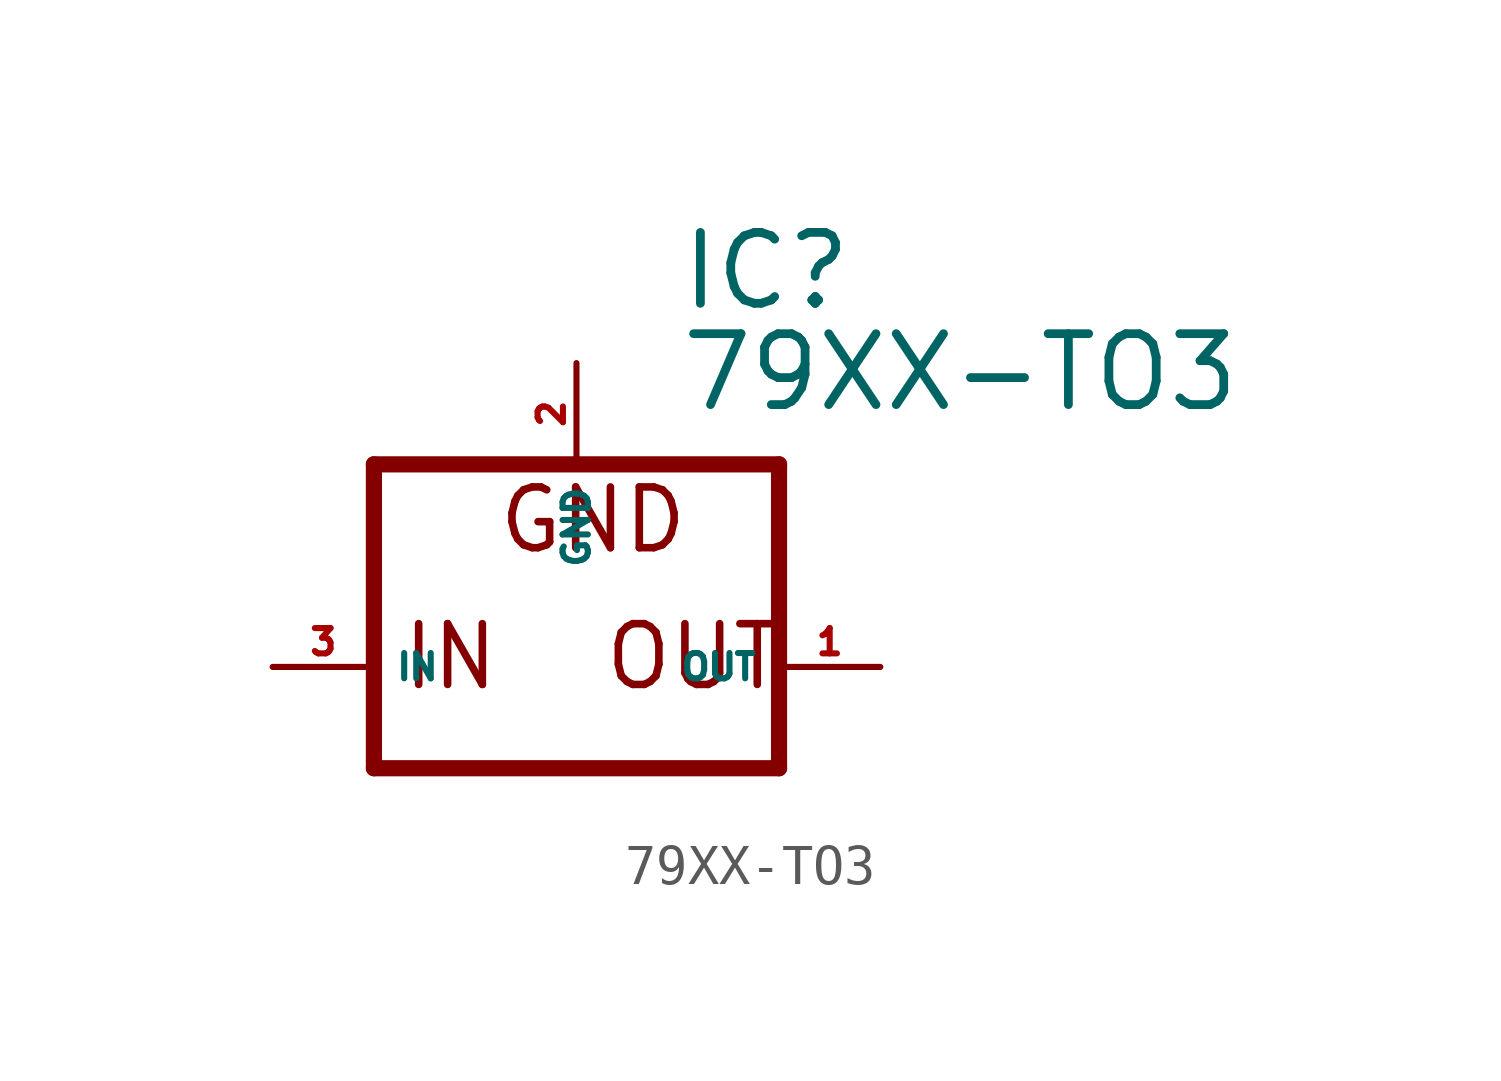
<source format=kicad_sym>
(kicad_symbol_lib
  (version 20220914)
  (generator Eagle2Kicad)
  (symbol "79XX-TO3"
    (property "Reference" "IC"
      (at 2.54 8.89 0)
      (effects (font (size 1.778 1.778) (thickness 0.22)) (justify left bottom)))
    (property "Value" "79XX-TO3"
      (at 2.54 6.35 0)
      (effects (font (size 1.778 1.778) (thickness 0.22)) (justify left bottom)))
    (polyline
      (pts (xy -5.08 -2.54) (xy 5.08 -2.54))
      (stroke (width 0.406) (type default))
      (fill (type none)))
    (polyline
      (pts (xy 5.08 -2.54) (xy 5.08 5.08))
      (stroke (width 0.406) (type default))
      (fill (type none)))
    (polyline
      (pts (xy 5.08 5.08) (xy -5.08 5.08))
      (stroke (width 0.406) (type default))
      (fill (type none)))
    (polyline
      (pts (xy -5.08 5.08) (xy -5.08 -2.54))
      (stroke (width 0.406) (type default))
      (fill (type none)))
    (text "GND"
      (at -2.032 2.794 0)
      (effects (font (size 1.524 1.524) (thickness 0.19)) (justify left bottom)))
    (text "OUT"
      (at 0.635 -0.635 0)
      (effects (font (size 1.524 1.524) (thickness 0.19)) (justify left bottom)))
    (text "IN"
      (at -4.445 -0.635 0)
      (effects (font (size 1.524 1.524) (thickness 0.19)) (justify left bottom)))
    (pin input line
      (at -7.62 0 0)
      (length 2.54)
      (name "IN" (effects (font (size 0.635 0.635) (thickness 0.08)) (justify left bottom)))
      (number "3" (effects (font (size 0.635 0.635) (thickness 0.08)) (justify left bottom))))
    (pin input line
      (at 0 7.62 270)
      (length 2.54)
      (name "GND" (effects (font (size 0.635 0.635) (thickness 0.08)) (justify left bottom)))
      (number "2" (effects (font (size 0.635 0.635) (thickness 0.08)) (justify left bottom))))
    (pin passive line
      (at 7.62 0 180)
      (length 2.54)
      (name "OUT" (effects (font (size 0.635 0.635) (thickness 0.08)) (justify left bottom)))
      (number "1" (effects (font (size 0.635 0.635) (thickness 0.08)) (justify left bottom))))))
</source>
